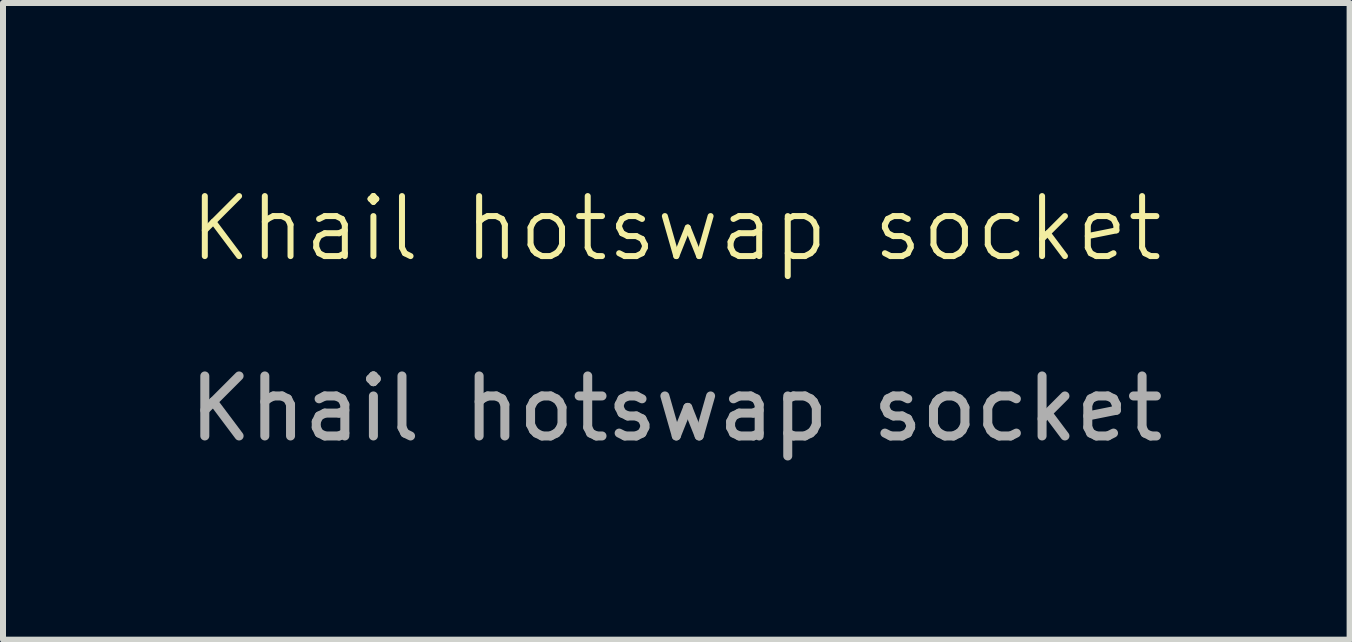
<source format=kicad_pcb>
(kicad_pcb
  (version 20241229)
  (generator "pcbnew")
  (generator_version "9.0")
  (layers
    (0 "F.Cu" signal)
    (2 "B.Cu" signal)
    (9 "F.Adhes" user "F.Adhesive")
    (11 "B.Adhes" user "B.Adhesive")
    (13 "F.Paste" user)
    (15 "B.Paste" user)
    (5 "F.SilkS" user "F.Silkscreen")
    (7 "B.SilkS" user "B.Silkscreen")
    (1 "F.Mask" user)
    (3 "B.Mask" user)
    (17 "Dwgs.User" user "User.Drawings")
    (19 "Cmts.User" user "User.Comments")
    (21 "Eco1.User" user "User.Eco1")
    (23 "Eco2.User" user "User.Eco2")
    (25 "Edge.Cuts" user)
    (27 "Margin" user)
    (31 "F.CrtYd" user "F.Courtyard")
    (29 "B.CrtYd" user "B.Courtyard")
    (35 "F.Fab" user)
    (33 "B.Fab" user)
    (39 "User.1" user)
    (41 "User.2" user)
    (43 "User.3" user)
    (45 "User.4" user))
  (footprint "Khail hotswap socket"
    (layer "F.Cu")
    (at 8.22 1.26)
    (property "Reference" "Khail hotswap socket" (at 0 -0.5 0) (unlocked yes) (layer "F.SilkS") (effects (font (size 1 1) (thickness 0.1))))
    (attr smd)
    (fp_text user "${REFERENCE}" (at 0 2.5 0) (unlocked yes) (layer "F.Fab") (effects (font (size 1 1) (thickness 0.15)))))
  (gr_rect
    (start -3 -3)
    (end 19.44 7.609)
    (stroke (width 0.1) (type default))
    (fill no)
    (layer "Edge.Cuts")))
</source>
